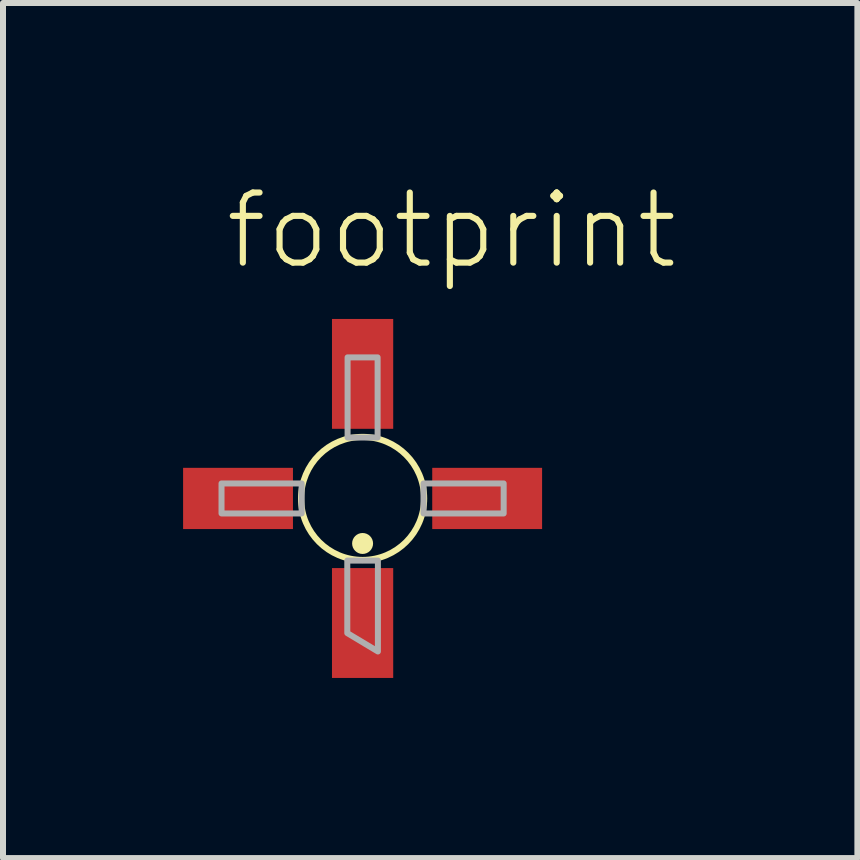
<source format=kicad_pcb>
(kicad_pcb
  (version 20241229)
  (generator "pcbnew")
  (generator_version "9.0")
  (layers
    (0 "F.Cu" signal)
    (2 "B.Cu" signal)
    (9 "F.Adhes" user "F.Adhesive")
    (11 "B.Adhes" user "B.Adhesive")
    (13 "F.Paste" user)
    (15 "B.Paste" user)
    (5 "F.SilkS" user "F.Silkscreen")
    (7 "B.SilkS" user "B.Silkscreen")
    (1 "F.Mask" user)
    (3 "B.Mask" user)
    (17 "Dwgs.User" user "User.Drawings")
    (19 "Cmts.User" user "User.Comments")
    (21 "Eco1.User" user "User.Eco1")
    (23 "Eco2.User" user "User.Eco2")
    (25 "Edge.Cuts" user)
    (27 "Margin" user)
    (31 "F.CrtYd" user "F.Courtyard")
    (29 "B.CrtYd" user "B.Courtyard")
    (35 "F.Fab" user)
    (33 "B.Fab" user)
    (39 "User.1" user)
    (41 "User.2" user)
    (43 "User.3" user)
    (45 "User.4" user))
  (footprint "footprint"
    (layer "F.Cu")
    (at 2.99 5.253)
    (property "Reference" "footprint" (at -2.34 -3.78 0) (layer "F.SilkS") (effects (font (size 1.168 1.168) (thickness 0.102)) (justify left bottom)))
    (fp_circle (center 0 0) (end 1.025 0) (stroke (width 0.102) (type solid)) (fill no) (layer "F.SilkS"))
    (fp_circle (center 0 0.75) (end 0.087 0.75) (stroke (width 0.175) (type solid)) (fill yes) (layer "F.SilkS"))
    (fp_poly (pts (xy -2.35 0.25) (xy -1.015 0.25) (xy -1.015 -0.25) (xy -2.35 -0.25)) (stroke (width 0.1) (type solid)) (fill no) (layer "F.Fab"))
    (fp_poly (pts (xy -0.25 -2.35) (xy -0.25 -1.015) (xy 0.25 -1.015) (xy 0.25 -2.35)) (stroke (width 0.1) (type solid)) (fill no) (layer "F.Fab"))
    (fp_poly (pts (xy 0.255 2.549) (xy -0.255 2.243) (xy -0.255 1.035) (xy 0.255 1.035)) (stroke (width 0.1) (type solid)) (fill no) (layer "F.Fab"))
    (fp_poly (pts (xy 2.35 -0.25) (xy 1.015 -0.25) (xy 1.015 0.25) (xy 2.35 0.25)) (stroke (width 0.1) (type solid)) (fill no) (layer "F.Fab"))
    (pad "1" smd rect (at 0 2.075 90) (size 1.83 1.02) (layers "F.Cu" "F.Mask" "F.Paste"))
    (pad "2" smd rect (at 2.075 0 180) (size 1.83 1.02) (layers "F.Cu" "F.Mask" "F.Paste"))
    (pad "3" smd rect (at 0 -2.075 90) (size 1.83 1.02) (layers "F.Cu" "F.Mask" "F.Paste"))
    (pad "4" smd rect (at -2.075 0 180) (size 1.83 1.02) (layers "F.Cu" "F.Mask" "F.Paste")))
  (gr_rect
    (start -3 -3)
    (end 11.232 11.243)
    (stroke (width 0.1) (type default))
    (fill no)
    (layer "Edge.Cuts")))
</source>
